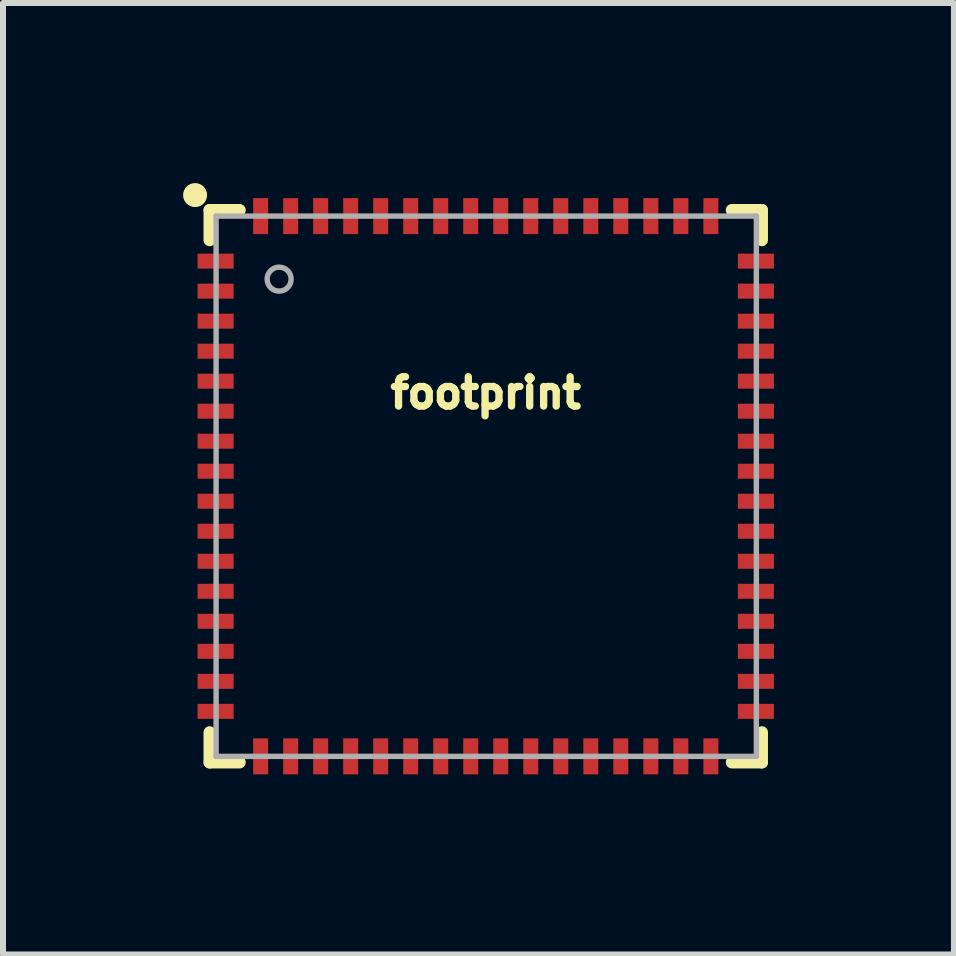
<source format=kicad_pcb>
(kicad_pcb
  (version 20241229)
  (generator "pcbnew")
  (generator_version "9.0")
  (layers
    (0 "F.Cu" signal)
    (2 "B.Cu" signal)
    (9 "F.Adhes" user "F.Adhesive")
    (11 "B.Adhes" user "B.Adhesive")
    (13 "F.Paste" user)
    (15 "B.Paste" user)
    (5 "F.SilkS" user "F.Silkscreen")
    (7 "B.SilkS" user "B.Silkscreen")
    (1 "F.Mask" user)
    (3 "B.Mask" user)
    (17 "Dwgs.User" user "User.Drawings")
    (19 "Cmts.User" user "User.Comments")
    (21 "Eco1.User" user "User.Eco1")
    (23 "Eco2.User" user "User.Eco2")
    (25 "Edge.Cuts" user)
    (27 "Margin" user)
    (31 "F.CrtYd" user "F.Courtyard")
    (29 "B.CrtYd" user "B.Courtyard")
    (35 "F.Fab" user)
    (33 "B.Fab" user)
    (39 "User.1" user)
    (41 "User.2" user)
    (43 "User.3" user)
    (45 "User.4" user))
  (footprint "footprint"
    (layer "F.Cu")
    (at 5.042 5.05)
    (property "Reference" "footprint" (at 0 -1.27 0) (layer "F.SilkS") (effects (font (size 0.488 0.488) (thickness 0.122)) (justify bottom)))
    (fp_line (start -4.6 -4.6) (end -4.6 -4.1) (stroke (width 0.203) (type solid)) (layer "F.SilkS"))
    (fp_line (start -4.6 -4.6) (end -4.1 -4.6) (stroke (width 0.203) (type solid)) (layer "F.SilkS"))
    (fp_line (start -4.6 4.6) (end -4.6 4.1) (stroke (width 0.203) (type solid)) (layer "F.SilkS"))
    (fp_line (start -4.6 4.6) (end -4.1 4.6) (stroke (width 0.203) (type solid)) (layer "F.SilkS"))
    (fp_line (start 4.6 -4.6) (end 4.1 -4.6) (stroke (width 0.203) (type solid)) (layer "F.SilkS"))
    (fp_line (start 4.6 -4.6) (end 4.6 -4.1) (stroke (width 0.203) (type solid)) (layer "F.SilkS"))
    (fp_line (start 4.6 4.6) (end 4.1 4.6) (stroke (width 0.203) (type solid)) (layer "F.SilkS"))
    (fp_line (start 4.6 4.6) (end 4.6 4.1) (stroke (width 0.203) (type solid)) (layer "F.SilkS"))
    (fp_circle (center -4.842 -4.85) (end -4.742 -4.85) (stroke (width 0.2) (type solid)) (fill yes) (layer "F.SilkS"))
    (fp_line (start -4.492 -4.5) (end -4.492 4.5) (stroke (width 0.09) (type solid)) (layer "F.Fab"))
    (fp_line (start -4.492 4.5) (end 4.508 4.5) (stroke (width 0.09) (type solid)) (layer "F.Fab"))
    (fp_line (start 4.508 -4.5) (end -4.492 -4.5) (stroke (width 0.09) (type solid)) (layer "F.Fab"))
    (fp_line (start 4.508 4.5) (end 4.508 -4.5) (stroke (width 0.09) (type solid)) (layer "F.Fab"))
    (fp_circle (center -3.442 -3.45) (end -3.242 -3.45) (stroke (width 0.09) (type solid)) (fill no) (layer "F.Fab"))
    (pad "1" smd rect (at -4.5 -3.75 270) (size 0.25 0.6) (layers "F.Cu" "F.Mask" "F.Paste"))
    (pad "2" smd rect (at -4.5 -3.25 270) (size 0.25 0.6) (layers "F.Cu" "F.Mask" "F.Paste"))
    (pad "3" smd rect (at -4.5 -2.75 270) (size 0.25 0.6) (layers "F.Cu" "F.Mask" "F.Paste"))
    (pad "4" smd rect (at -4.5 -2.25 270) (size 0.25 0.6) (layers "F.Cu" "F.Mask" "F.Paste"))
    (pad "5" smd rect (at -4.5 -1.75 270) (size 0.25 0.6) (layers "F.Cu" "F.Mask" "F.Paste"))
    (pad "6" smd rect (at -4.5 -1.25 270) (size 0.25 0.6) (layers "F.Cu" "F.Mask" "F.Paste"))
    (pad "7" smd rect (at -4.5 -0.75 270) (size 0.25 0.6) (layers "F.Cu" "F.Mask" "F.Paste"))
    (pad "8" smd rect (at -4.5 -0.25 270) (size 0.25 0.6) (layers "F.Cu" "F.Mask" "F.Paste"))
    (pad "9" smd rect (at -4.5 0.25 270) (size 0.25 0.6) (layers "F.Cu" "F.Mask" "F.Paste"))
    (pad "10" smd rect (at -4.5 0.75 270) (size 0.25 0.6) (layers "F.Cu" "F.Mask" "F.Paste"))
    (pad "11" smd rect (at -4.5 1.25 270) (size 0.25 0.6) (layers "F.Cu" "F.Mask" "F.Paste"))
    (pad "12" smd rect (at -4.5 1.75 270) (size 0.25 0.6) (layers "F.Cu" "F.Mask" "F.Paste"))
    (pad "13" smd rect (at -4.5 2.25 270) (size 0.25 0.6) (layers "F.Cu" "F.Mask" "F.Paste"))
    (pad "14" smd rect (at -4.5 2.75 270) (size 0.25 0.6) (layers "F.Cu" "F.Mask" "F.Paste"))
    (pad "15" smd rect (at -4.5 3.25 90) (size 0.25 0.6) (layers "F.Cu" "F.Mask" "F.Paste"))
    (pad "16" smd rect (at -4.5 3.75 90) (size 0.25 0.6) (layers "F.Cu" "F.Mask" "F.Paste"))
    (pad "17" smd rect (at -3.75 4.5 180) (size 0.25 0.6) (layers "F.Cu" "F.Mask" "F.Paste"))
    (pad "18" smd rect (at -3.25 4.5 180) (size 0.25 0.6) (layers "F.Cu" "F.Mask" "F.Paste"))
    (pad "19" smd rect (at -2.75 4.5 180) (size 0.25 0.6) (layers "F.Cu" "F.Mask" "F.Paste"))
    (pad "20" smd rect (at -2.25 4.5 180) (size 0.25 0.6) (layers "F.Cu" "F.Mask" "F.Paste"))
    (pad "21" smd rect (at -1.75 4.5 180) (size 0.25 0.6) (layers "F.Cu" "F.Mask" "F.Paste"))
    (pad "22" smd rect (at -1.25 4.5 180) (size 0.25 0.6) (layers "F.Cu" "F.Mask" "F.Paste"))
    (pad "23" smd rect (at -0.75 4.5 180) (size 0.25 0.6) (layers "F.Cu" "F.Mask" "F.Paste"))
    (pad "24" smd rect (at -0.25 4.5 180) (size 0.25 0.6) (layers "F.Cu" "F.Mask" "F.Paste"))
    (pad "25" smd rect (at 0.25 4.5 180) (size 0.25 0.6) (layers "F.Cu" "F.Mask" "F.Paste"))
    (pad "26" smd rect (at 0.75 4.5 180) (size 0.25 0.6) (layers "F.Cu" "F.Mask" "F.Paste"))
    (pad "27" smd rect (at 1.25 4.5 180) (size 0.25 0.6) (layers "F.Cu" "F.Mask" "F.Paste"))
    (pad "28" smd rect (at 1.75 4.5 180) (size 0.25 0.6) (layers "F.Cu" "F.Mask" "F.Paste"))
    (pad "29" smd rect (at 2.25 4.5) (size 0.25 0.6) (layers "F.Cu" "F.Mask" "F.Paste"))
    (pad "30" smd rect (at 2.75 4.5) (size 0.25 0.6) (layers "F.Cu" "F.Mask" "F.Paste"))
    (pad "31" smd rect (at 3.25 4.5) (size 0.25 0.6) (layers "F.Cu" "F.Mask" "F.Paste"))
    (pad "32" smd rect (at 3.75 4.5) (size 0.25 0.6) (layers "F.Cu" "F.Mask" "F.Paste"))
    (pad "33" smd rect (at 4.5 3.75 90) (size 0.25 0.6) (layers "F.Cu" "F.Mask" "F.Paste"))
    (pad "34" smd rect (at 4.5 3.25 90) (size 0.25 0.6) (layers "F.Cu" "F.Mask" "F.Paste"))
    (pad "35" smd rect (at 4.5 2.75 90) (size 0.25 0.6) (layers "F.Cu" "F.Mask" "F.Paste"))
    (pad "36" smd rect (at 4.5 2.25 90) (size 0.25 0.6) (layers "F.Cu" "F.Mask" "F.Paste"))
    (pad "37" smd rect (at 4.5 1.75 90) (size 0.25 0.6) (layers "F.Cu" "F.Mask" "F.Paste"))
    (pad "38" smd rect (at 4.5 1.25 90) (size 0.25 0.6) (layers "F.Cu" "F.Mask" "F.Paste"))
    (pad "39" smd rect (at 4.5 0.75 90) (size 0.25 0.6) (layers "F.Cu" "F.Mask" "F.Paste"))
    (pad "40" smd rect (at 4.5 0.25 90) (size 0.25 0.6) (layers "F.Cu" "F.Mask" "F.Paste"))
    (pad "41" smd rect (at 4.5 -0.25 90) (size 0.25 0.6) (layers "F.Cu" "F.Mask" "F.Paste"))
    (pad "42" smd rect (at 4.5 -0.75 90) (size 0.25 0.6) (layers "F.Cu" "F.Mask" "F.Paste"))
    (pad "43" smd rect (at 4.5 -1.25 90) (size 0.25 0.6) (layers "F.Cu" "F.Mask" "F.Paste"))
    (pad "44" smd rect (at 4.5 -1.75 90) (size 0.25 0.6) (layers "F.Cu" "F.Mask" "F.Paste"))
    (pad "45" smd rect (at 4.5 -2.25 90) (size 0.25 0.6) (layers "F.Cu" "F.Mask" "F.Paste"))
    (pad "46" smd rect (at 4.5 -2.75 90) (size 0.25 0.6) (layers "F.Cu" "F.Mask" "F.Paste"))
    (pad "47" smd rect (at 4.5 -3.25 90) (size 0.25 0.6) (layers "F.Cu" "F.Mask" "F.Paste"))
    (pad "48" smd rect (at 4.5 -3.75 90) (size 0.25 0.6) (layers "F.Cu" "F.Mask" "F.Paste"))
    (pad "49" smd rect (at 3.75 -4.5) (size 0.25 0.6) (layers "F.Cu" "F.Mask" "F.Paste"))
    (pad "50" smd rect (at 3.25 -4.5) (size 0.25 0.6) (layers "F.Cu" "F.Mask" "F.Paste"))
    (pad "51" smd rect (at 2.75 -4.5) (size 0.25 0.6) (layers "F.Cu" "F.Mask" "F.Paste"))
    (pad "52" smd rect (at 2.25 -4.5) (size 0.25 0.6) (layers "F.Cu" "F.Mask" "F.Paste"))
    (pad "53" smd rect (at 1.75 -4.5) (size 0.25 0.6) (layers "F.Cu" "F.Mask" "F.Paste"))
    (pad "54" smd rect (at 1.25 -4.5) (size 0.25 0.6) (layers "F.Cu" "F.Mask" "F.Paste"))
    (pad "55" smd rect (at 0.75 -4.5) (size 0.25 0.6) (layers "F.Cu" "F.Mask" "F.Paste"))
    (pad "56" smd rect (at 0.25 -4.5) (size 0.25 0.6) (layers "F.Cu" "F.Mask" "F.Paste"))
    (pad "57" smd rect (at -0.25 -4.5) (size 0.25 0.6) (layers "F.Cu" "F.Mask" "F.Paste"))
    (pad "58" smd rect (at -0.75 -4.5) (size 0.25 0.6) (layers "F.Cu" "F.Mask" "F.Paste"))
    (pad "59" smd rect (at -1.25 -4.5) (size 0.25 0.6) (layers "F.Cu" "F.Mask" "F.Paste"))
    (pad "60" smd rect (at -1.75 -4.5) (size 0.25 0.6) (layers "F.Cu" "F.Mask" "F.Paste"))
    (pad "61" smd rect (at -2.25 -4.5) (size 0.25 0.6) (layers "F.Cu" "F.Mask" "F.Paste"))
    (pad "62" smd rect (at -2.75 -4.5) (size 0.25 0.6) (layers "F.Cu" "F.Mask" "F.Paste"))
    (pad "63" smd rect (at -3.25 -4.5) (size 0.25 0.6) (layers "F.Cu" "F.Mask" "F.Paste"))
    (pad "64" smd rect (at -3.75 -4.5) (size 0.25 0.6) (layers "F.Cu" "F.Mask" "F.Paste")))
  (gr_rect
    (start -3 -3)
    (end 12.842 12.85)
    (stroke (width 0.1) (type default))
    (fill no)
    (layer "Edge.Cuts")))
</source>
